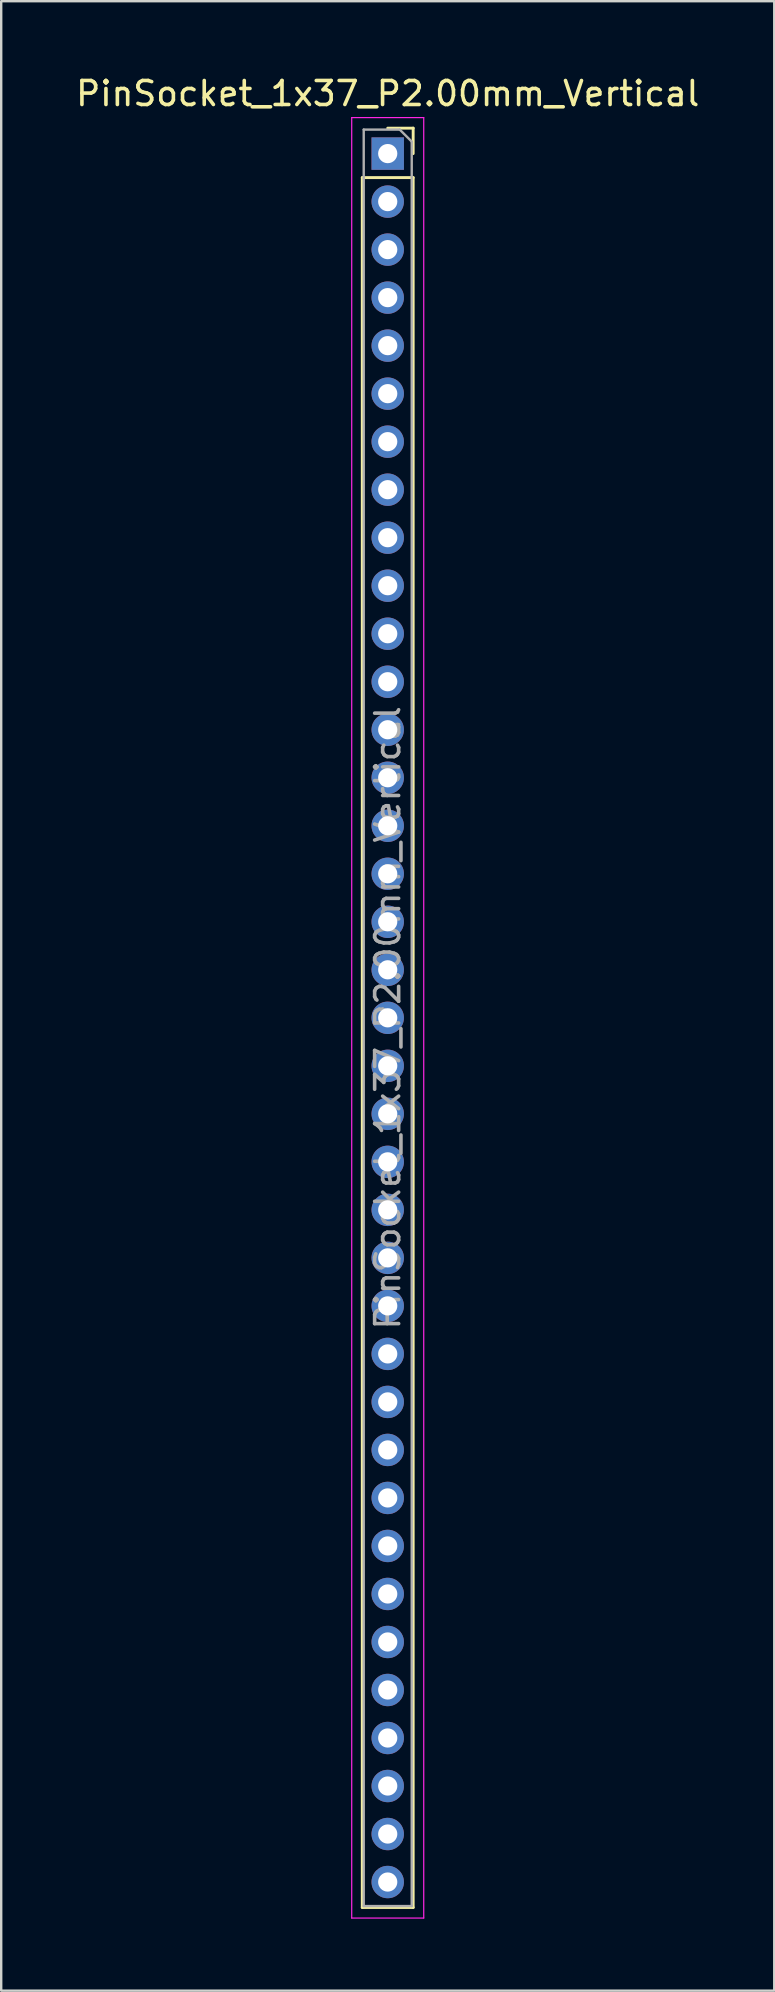
<source format=kicad_pcb>
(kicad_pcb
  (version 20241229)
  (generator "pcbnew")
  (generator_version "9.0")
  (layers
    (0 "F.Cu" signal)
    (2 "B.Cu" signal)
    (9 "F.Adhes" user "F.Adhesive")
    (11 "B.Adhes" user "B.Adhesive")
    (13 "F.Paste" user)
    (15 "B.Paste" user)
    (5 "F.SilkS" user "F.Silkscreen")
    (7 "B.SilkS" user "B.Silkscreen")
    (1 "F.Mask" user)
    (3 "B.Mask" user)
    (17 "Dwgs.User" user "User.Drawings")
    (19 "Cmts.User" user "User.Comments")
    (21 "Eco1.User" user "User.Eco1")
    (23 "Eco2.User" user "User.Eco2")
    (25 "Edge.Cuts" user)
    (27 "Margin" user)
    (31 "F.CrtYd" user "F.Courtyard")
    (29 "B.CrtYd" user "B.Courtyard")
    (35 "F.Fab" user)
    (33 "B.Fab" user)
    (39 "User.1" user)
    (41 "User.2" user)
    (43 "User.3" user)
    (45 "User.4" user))
  (footprint "PinSocket_1x37_P2.00mm_Vertical"
    (layer "F.Cu")
    (at 13.101 3.348)
    (property "Reference" "PinSocket_1x37_P2.00mm_Vertical" (at 0 -2.5 0) (layer "F.SilkS") (effects (font (size 1 1) (thickness 0.15))))
    (attr through_hole)
    (fp_line (start -1.06 1) (end -1.06 73.06) (stroke (width 0.12) (type solid)) (layer "F.SilkS"))
    (fp_line (start -1.06 1) (end 1.06 1) (stroke (width 0.12) (type solid)) (layer "F.SilkS"))
    (fp_line (start -1.06 73.06) (end 1.06 73.06) (stroke (width 0.12) (type solid)) (layer "F.SilkS"))
    (fp_line (start 0 -1.06) (end 1.06 -1.06) (stroke (width 0.12) (type solid)) (layer "F.SilkS"))
    (fp_line (start 1.06 -1.06) (end 1.06 0) (stroke (width 0.12) (type solid)) (layer "F.SilkS"))
    (fp_line (start 1.06 1) (end 1.06 73.06) (stroke (width 0.12) (type solid)) (layer "F.SilkS"))
    (fp_line (start -1.5 -1.5) (end 1.5 -1.5) (stroke (width 0.05) (type solid)) (layer "F.CrtYd"))
    (fp_line (start -1.5 73.5) (end -1.5 -1.5) (stroke (width 0.05) (type solid)) (layer "F.CrtYd"))
    (fp_line (start 1.5 -1.5) (end 1.5 73.5) (stroke (width 0.05) (type solid)) (layer "F.CrtYd"))
    (fp_line (start 1.5 73.5) (end -1.5 73.5) (stroke (width 0.05) (type solid)) (layer "F.CrtYd"))
    (fp_line (start -1 -1) (end 0.5 -1) (stroke (width 0.1) (type solid)) (layer "F.Fab"))
    (fp_line (start -1 73) (end -1 -1) (stroke (width 0.1) (type solid)) (layer "F.Fab"))
    (fp_line (start 0.5 -1) (end 1 -0.5) (stroke (width 0.1) (type solid)) (layer "F.Fab"))
    (fp_line (start 1 -0.5) (end 1 73) (stroke (width 0.1) (type solid)) (layer "F.Fab"))
    (fp_line (start 1 73) (end -1 73) (stroke (width 0.1) (type solid)) (layer "F.Fab"))
    (fp_text user "${REFERENCE}" (at 0 36 90) (layer "F.Fab") (effects (font (size 1 1) (thickness 0.15))))
    (pad "1" thru_hole rect (at 0 0) (size 1.35 1.35) (drill 0.8) (layers "*.Cu" "*.Mask"))
    (pad "2" thru_hole circle (at 0 2) (size 1.35 1.35) (drill 0.8) (layers "*.Cu" "*.Mask"))
    (pad "3" thru_hole circle (at 0 4) (size 1.35 1.35) (drill 0.8) (layers "*.Cu" "*.Mask"))
    (pad "4" thru_hole circle (at 0 6) (size 1.35 1.35) (drill 0.8) (layers "*.Cu" "*.Mask"))
    (pad "5" thru_hole circle (at 0 8) (size 1.35 1.35) (drill 0.8) (layers "*.Cu" "*.Mask"))
    (pad "6" thru_hole circle (at 0 10) (size 1.35 1.35) (drill 0.8) (layers "*.Cu" "*.Mask"))
    (pad "7" thru_hole circle (at 0 12) (size 1.35 1.35) (drill 0.8) (layers "*.Cu" "*.Mask"))
    (pad "8" thru_hole circle (at 0 14) (size 1.35 1.35) (drill 0.8) (layers "*.Cu" "*.Mask"))
    (pad "9" thru_hole circle (at 0 16) (size 1.35 1.35) (drill 0.8) (layers "*.Cu" "*.Mask"))
    (pad "10" thru_hole circle (at 0 18) (size 1.35 1.35) (drill 0.8) (layers "*.Cu" "*.Mask"))
    (pad "11" thru_hole circle (at 0 20) (size 1.35 1.35) (drill 0.8) (layers "*.Cu" "*.Mask"))
    (pad "12" thru_hole circle (at 0 22) (size 1.35 1.35) (drill 0.8) (layers "*.Cu" "*.Mask"))
    (pad "13" thru_hole circle (at 0 24) (size 1.35 1.35) (drill 0.8) (layers "*.Cu" "*.Mask"))
    (pad "14" thru_hole circle (at 0 26) (size 1.35 1.35) (drill 0.8) (layers "*.Cu" "*.Mask"))
    (pad "15" thru_hole circle (at 0 28) (size 1.35 1.35) (drill 0.8) (layers "*.Cu" "*.Mask"))
    (pad "16" thru_hole circle (at 0 30) (size 1.35 1.35) (drill 0.8) (layers "*.Cu" "*.Mask"))
    (pad "17" thru_hole circle (at 0 32) (size 1.35 1.35) (drill 0.8) (layers "*.Cu" "*.Mask"))
    (pad "18" thru_hole circle (at 0 34) (size 1.35 1.35) (drill 0.8) (layers "*.Cu" "*.Mask"))
    (pad "19" thru_hole circle (at 0 36) (size 1.35 1.35) (drill 0.8) (layers "*.Cu" "*.Mask"))
    (pad "20" thru_hole circle (at 0 38) (size 1.35 1.35) (drill 0.8) (layers "*.Cu" "*.Mask"))
    (pad "21" thru_hole circle (at 0 40) (size 1.35 1.35) (drill 0.8) (layers "*.Cu" "*.Mask"))
    (pad "22" thru_hole circle (at 0 42) (size 1.35 1.35) (drill 0.8) (layers "*.Cu" "*.Mask"))
    (pad "23" thru_hole circle (at 0 44) (size 1.35 1.35) (drill 0.8) (layers "*.Cu" "*.Mask"))
    (pad "24" thru_hole circle (at 0 46) (size 1.35 1.35) (drill 0.8) (layers "*.Cu" "*.Mask"))
    (pad "25" thru_hole circle (at 0 48) (size 1.35 1.35) (drill 0.8) (layers "*.Cu" "*.Mask"))
    (pad "26" thru_hole circle (at 0 50) (size 1.35 1.35) (drill 0.8) (layers "*.Cu" "*.Mask"))
    (pad "27" thru_hole circle (at 0 52) (size 1.35 1.35) (drill 0.8) (layers "*.Cu" "*.Mask"))
    (pad "28" thru_hole circle (at 0 54) (size 1.35 1.35) (drill 0.8) (layers "*.Cu" "*.Mask"))
    (pad "29" thru_hole circle (at 0 56) (size 1.35 1.35) (drill 0.8) (layers "*.Cu" "*.Mask"))
    (pad "30" thru_hole circle (at 0 58) (size 1.35 1.35) (drill 0.8) (layers "*.Cu" "*.Mask"))
    (pad "31" thru_hole circle (at 0 60) (size 1.35 1.35) (drill 0.8) (layers "*.Cu" "*.Mask"))
    (pad "32" thru_hole circle (at 0 62) (size 1.35 1.35) (drill 0.8) (layers "*.Cu" "*.Mask"))
    (pad "33" thru_hole circle (at 0 64) (size 1.35 1.35) (drill 0.8) (layers "*.Cu" "*.Mask"))
    (pad "34" thru_hole circle (at 0 66) (size 1.35 1.35) (drill 0.8) (layers "*.Cu" "*.Mask"))
    (pad "35" thru_hole circle (at 0 68) (size 1.35 1.35) (drill 0.8) (layers "*.Cu" "*.Mask"))
    (pad "36" thru_hole circle (at 0 70) (size 1.35 1.35) (drill 0.8) (layers "*.Cu" "*.Mask"))
    (pad "37" thru_hole circle (at 0 72) (size 1.35 1.35) (drill 0.8) (layers "*.Cu" "*.Mask")))
  (gr_rect
    (start -3 -3)
    (end 29.202 79.873)
    (stroke (width 0.1) (type default))
    (fill no)
    (layer "Edge.Cuts")))
</source>
